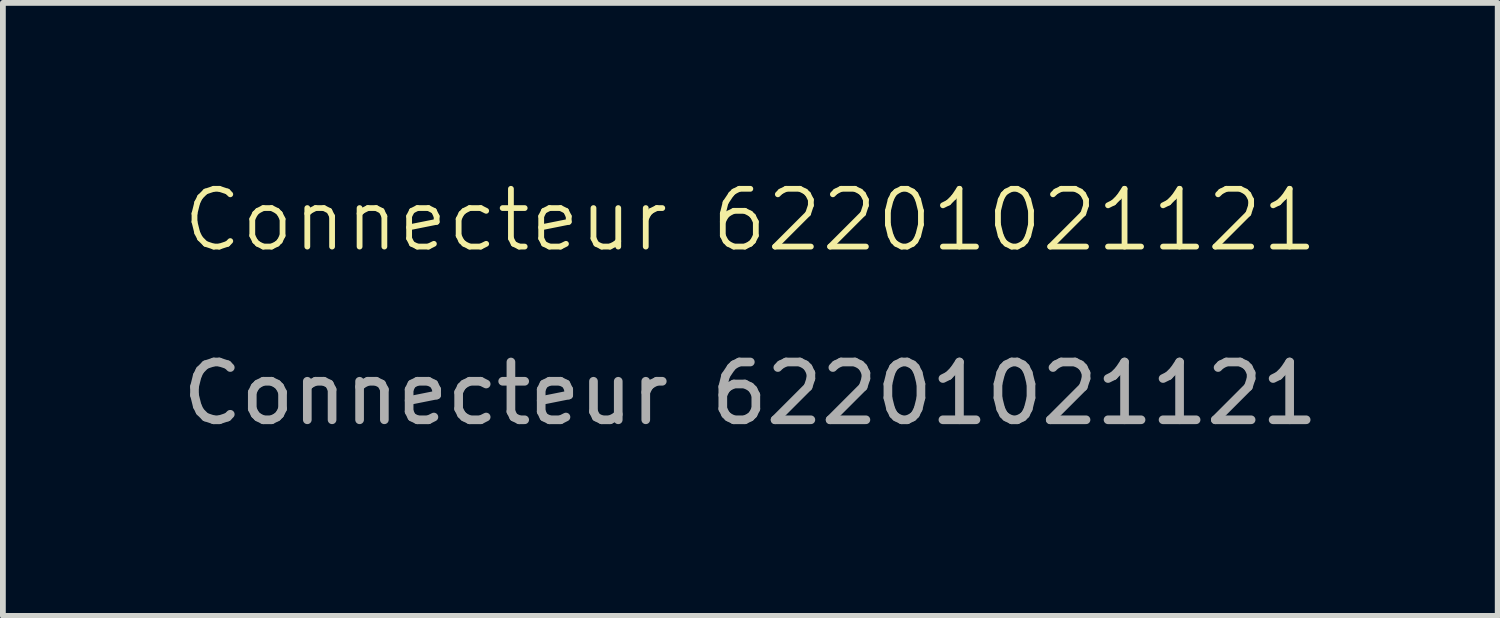
<source format=kicad_pcb>
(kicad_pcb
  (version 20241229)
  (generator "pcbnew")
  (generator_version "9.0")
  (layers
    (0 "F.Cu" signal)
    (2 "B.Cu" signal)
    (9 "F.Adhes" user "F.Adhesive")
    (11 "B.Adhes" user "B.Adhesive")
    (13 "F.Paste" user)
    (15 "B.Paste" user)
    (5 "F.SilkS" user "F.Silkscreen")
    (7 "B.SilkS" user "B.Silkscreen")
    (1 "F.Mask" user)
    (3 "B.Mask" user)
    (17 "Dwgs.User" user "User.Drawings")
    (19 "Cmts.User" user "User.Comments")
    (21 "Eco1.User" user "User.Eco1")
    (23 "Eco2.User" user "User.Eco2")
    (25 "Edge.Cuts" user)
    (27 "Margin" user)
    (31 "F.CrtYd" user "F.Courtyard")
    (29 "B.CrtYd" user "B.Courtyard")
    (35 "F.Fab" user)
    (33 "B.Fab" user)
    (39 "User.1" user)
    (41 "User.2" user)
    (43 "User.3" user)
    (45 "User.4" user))
  (footprint "Connecteur 62201021121"
    (layer "F.Cu")
    (at 9.935 1.26)
    (property "Reference" "Connecteur 62201021121" (at 0 -0.5 0) (unlocked yes) (layer "F.SilkS") (effects (font (size 1 1) (thickness 0.1))))
    (attr through_hole)
    (fp_text user "${REFERENCE}" (at 0 2.5 0) (unlocked yes) (layer "F.Fab") (effects (font (size 1 1) (thickness 0.15)))))
  (gr_rect
    (start -3 -3)
    (end 22.869 7.609)
    (stroke (width 0.1) (type default))
    (fill no)
    (layer "Edge.Cuts")))
</source>
